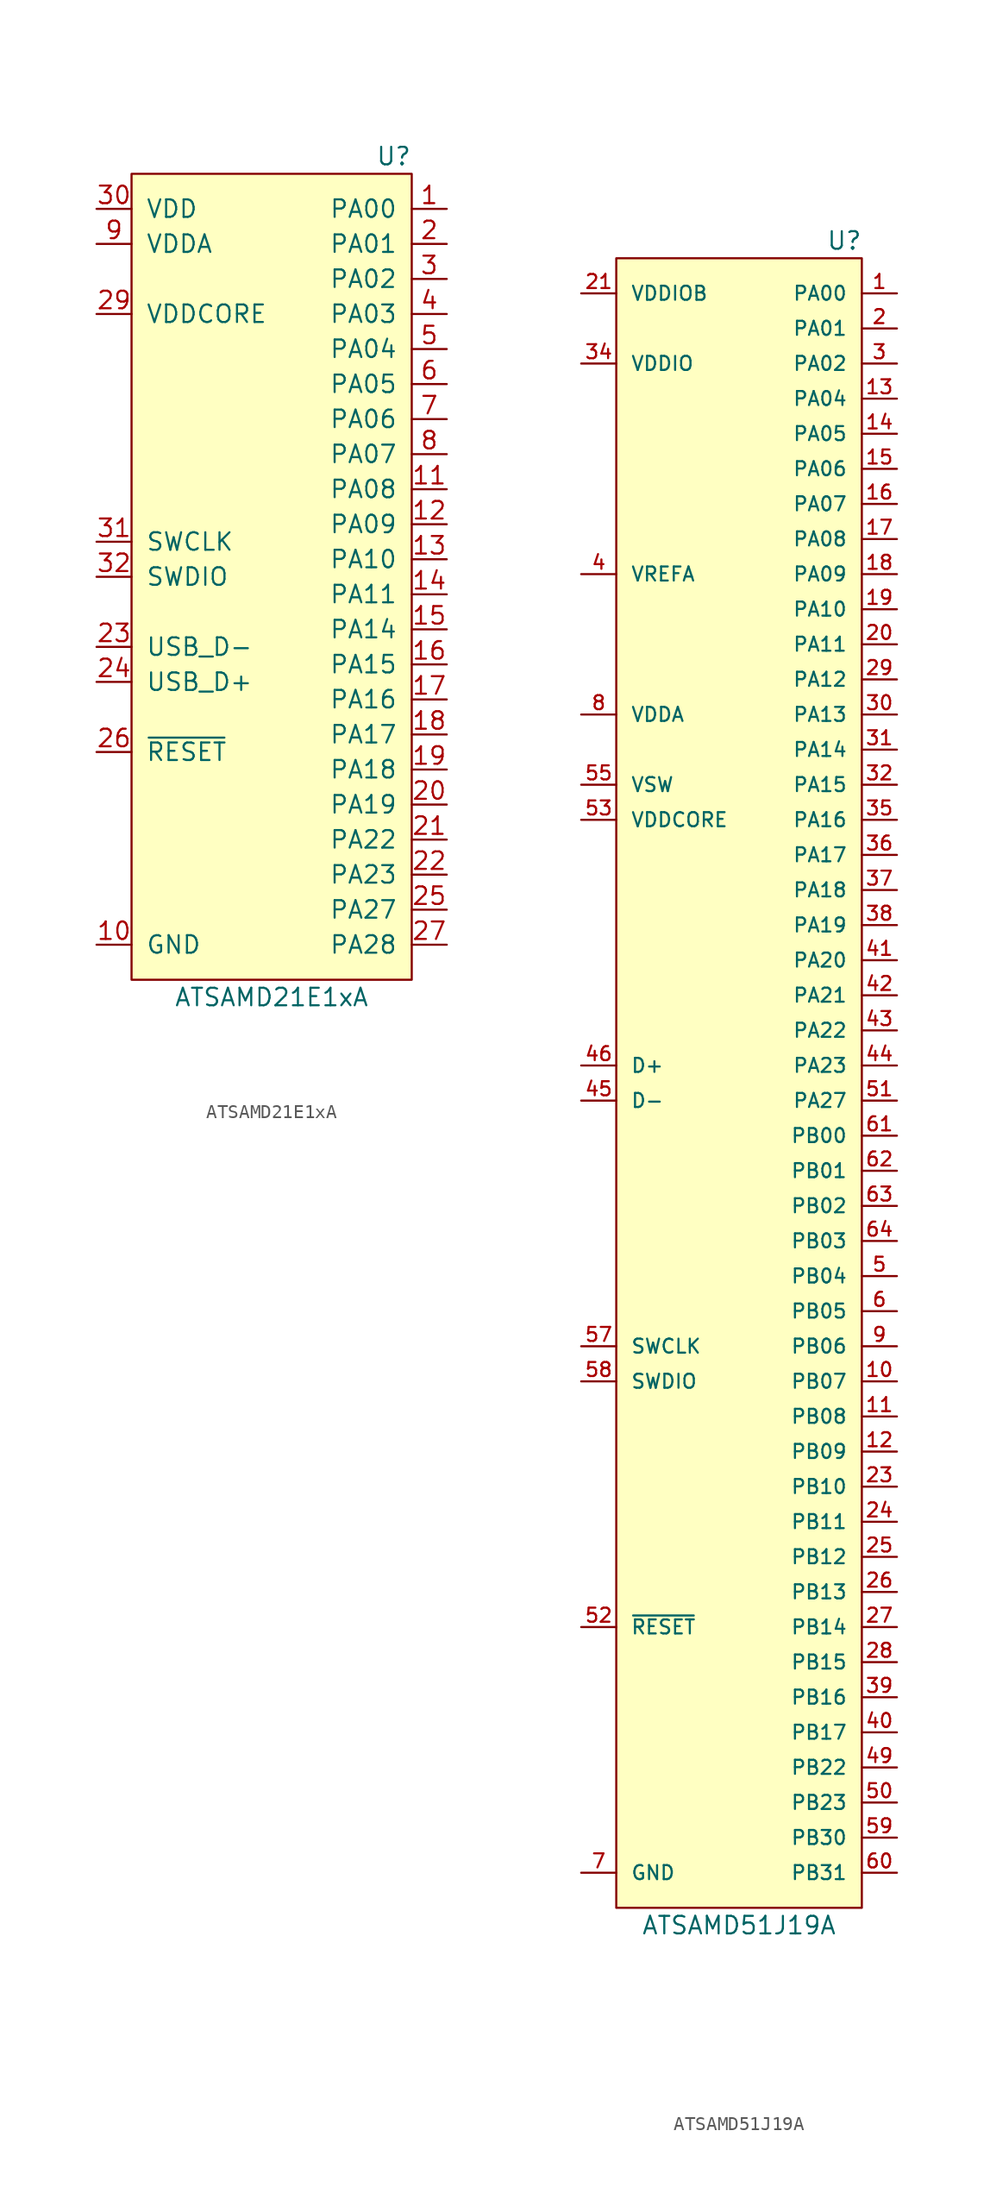
<source format=kicad_sym>
(kicad_symbol_lib
  (version 20231120)
  (generator "kicad_symbol_editor")
  (generator_version "8.99")
  (symbol "ATSAMD21E1xA"
    (pin_names
      (offset 1.016))
    (property "Reference" "U"
      (at 10.16 31.75 0)
      (effects (font (size 1.27 1.27)) (justify right)))
    (property "Value" "ATSAMD21E1xA"
      (at 0 -29.21 0)
      (effects (font (size 1.27 1.27))))
    (symbol "ATSAMD21E1xA_0_1"
      (rectangle (start -10.16 30.48) (end 10.16 -27.94) (stroke (width 0) (type solid)) (fill (type background))))
    (symbol "ATSAMD21E1xA_1_1"
      (pin bidirectional line (at 12.7 27.94 180) (length 2.54) (name "PA00" (effects (font (size 1.27 1.27)))) (number "1" (effects (font (size 1.27 1.27)))))
      (pin power_in line (at -12.7 -25.4 0) (length 2.54) (name "GND" (effects (font (size 1.27 1.27)))) (number "10" (effects (font (size 1.27 1.27)))))
      (pin bidirectional line (at 12.7 7.62 180) (length 2.54) (name "PA08" (effects (font (size 1.27 1.27)))) (number "11" (effects (font (size 1.27 1.27)))))
      (pin bidirectional line (at 12.7 5.08 180) (length 2.54) (name "PA09" (effects (font (size 1.27 1.27)))) (number "12" (effects (font (size 1.27 1.27)))))
      (pin bidirectional line (at 12.7 2.54 180) (length 2.54) (name "PA10" (effects (font (size 1.27 1.27)))) (number "13" (effects (font (size 1.27 1.27)))))
      (pin bidirectional line (at 12.7 0 180) (length 2.54) (name "PA11" (effects (font (size 1.27 1.27)))) (number "14" (effects (font (size 1.27 1.27)))))
      (pin bidirectional line (at 12.7 -2.54 180) (length 2.54) (name "PA14" (effects (font (size 1.27 1.27)))) (number "15" (effects (font (size 1.27 1.27)))))
      (pin bidirectional line (at 12.7 -5.08 180) (length 2.54) (name "PA15" (effects (font (size 1.27 1.27)))) (number "16" (effects (font (size 1.27 1.27)))))
      (pin bidirectional line (at 12.7 -7.62 180) (length 2.54) (name "PA16" (effects (font (size 1.27 1.27)))) (number "17" (effects (font (size 1.27 1.27)))))
      (pin bidirectional line (at 12.7 -10.16 180) (length 2.54) (name "PA17" (effects (font (size 1.27 1.27)))) (number "18" (effects (font (size 1.27 1.27)))))
      (pin bidirectional line (at 12.7 -12.7 180) (length 2.54) (name "PA18" (effects (font (size 1.27 1.27)))) (number "19" (effects (font (size 1.27 1.27)))))
      (pin bidirectional line (at 12.7 25.4 180) (length 2.54) (name "PA01" (effects (font (size 1.27 1.27)))) (number "2" (effects (font (size 1.27 1.27)))))
      (pin bidirectional line (at 12.7 -15.24 180) (length 2.54) (name "PA19" (effects (font (size 1.27 1.27)))) (number "20" (effects (font (size 1.27 1.27)))))
      (pin bidirectional line (at 12.7 -17.78 180) (length 2.54) (name "PA22" (effects (font (size 1.27 1.27)))) (number "21" (effects (font (size 1.27 1.27)))))
      (pin bidirectional line (at 12.7 -20.32 180) (length 2.54) (name "PA23" (effects (font (size 1.27 1.27)))) (number "22" (effects (font (size 1.27 1.27)))))
      (pin bidirectional line (at -12.7 -3.81 0) (length 2.54) (name "USB_D-" (effects (font (size 1.27 1.27)))) (number "23" (effects (font (size 1.27 1.27)))))
      (pin bidirectional line (at -12.7 -6.35 0) (length 2.54) (name "USB_D+" (effects (font (size 1.27 1.27)))) (number "24" (effects (font (size 1.27 1.27)))))
      (pin bidirectional line (at 12.7 -22.86 180) (length 2.54) (name "PA27" (effects (font (size 1.27 1.27)))) (number "25" (effects (font (size 1.27 1.27)))))
      (pin input line (at -12.7 -11.43 0) (length 2.54) (name "~{RESET}" (effects (font (size 1.27 1.27)))) (number "26" (effects (font (size 1.27 1.27)))))
      (pin bidirectional line (at 12.7 -25.4 180) (length 2.54) (name "PA28" (effects (font (size 1.27 1.27)))) (number "27" (effects (font (size 1.27 1.27)))))
      (pin passive line (at -12.7 -25.4 0) (length 2.54) hide (name "GND" (effects (font (size 1.27 1.27)))) (number "28" (effects (font (size 1.27 1.27)))))
      (pin power_out line (at -12.7 20.32 0) (length 2.54) (name "VDDCORE" (effects (font (size 1.27 1.27)))) (number "29" (effects (font (size 1.27 1.27)))))
      (pin bidirectional line (at 12.7 22.86 180) (length 2.54) (name "PA02" (effects (font (size 1.27 1.27)))) (number "3" (effects (font (size 1.27 1.27)))))
      (pin power_in line (at -12.7 27.94 0) (length 2.54) (name "VDD" (effects (font (size 1.27 1.27)))) (number "30" (effects (font (size 1.27 1.27)))))
      (pin input line (at -12.7 3.81 0) (length 2.54) (name "SWCLK" (effects (font (size 1.27 1.27)))) (number "31" (effects (font (size 1.27 1.27)))))
      (pin bidirectional line (at -12.7 1.27 0) (length 2.54) (name "SWDIO" (effects (font (size 1.27 1.27)))) (number "32" (effects (font (size 1.27 1.27)))))
      (pin bidirectional line (at 12.7 20.32 180) (length 2.54) (name "PA03" (effects (font (size 1.27 1.27)))) (number "4" (effects (font (size 1.27 1.27)))))
      (pin bidirectional line (at 12.7 17.78 180) (length 2.54) (name "PA04" (effects (font (size 1.27 1.27)))) (number "5" (effects (font (size 1.27 1.27)))))
      (pin bidirectional line (at 12.7 15.24 180) (length 2.54) (name "PA05" (effects (font (size 1.27 1.27)))) (number "6" (effects (font (size 1.27 1.27)))))
      (pin bidirectional line (at 12.7 12.7 180) (length 2.54) (name "PA06" (effects (font (size 1.27 1.27)))) (number "7" (effects (font (size 1.27 1.27)))))
      (pin bidirectional line (at 12.7 10.16 180) (length 2.54) (name "PA07" (effects (font (size 1.27 1.27)))) (number "8" (effects (font (size 1.27 1.27)))))
      (pin power_in line (at -12.7 25.4 0) (length 2.54) (name "VDDA" (effects (font (size 1.27 1.27)))) (number "9" (effects (font (size 1.27 1.27)))))))
  (symbol "ATSAMD51J19A"
    (pin_names
      (offset 1.016))
    (property "Reference" "U"
      (at 7.62 59.69 0)
      (effects (font (size 1.27 1.27))))
    (property "Value" "ATSAMD51J19A"
      (at 0 -62.23 0)
      (effects (font (size 1.27 1.27))))
    (symbol "ATSAMD51J19A_0_1"
      (rectangle (start 8.89 -60.96) (end -8.89 58.42) (stroke (width 0) (type solid)) (fill (type background))))
    (symbol "ATSAMD51J19A_1_1"
      (pin bidirectional line (at 11.43 55.88 180) (length 2.54) (name "PA00" (effects (font (size 1.016 1.016)))) (number "1" (effects (font (size 1.016 1.016)))))
      (pin bidirectional line (at 11.43 -22.86 180) (length 2.54) (name "PB07" (effects (font (size 1.016 1.016)))) (number "10" (effects (font (size 1.016 1.016)))))
      (pin bidirectional line (at 11.43 -25.4 180) (length 2.54) (name "PB08" (effects (font (size 1.016 1.016)))) (number "11" (effects (font (size 1.016 1.016)))))
      (pin bidirectional line (at 11.43 -27.94 180) (length 2.54) (name "PB09" (effects (font (size 1.016 1.016)))) (number "12" (effects (font (size 1.016 1.016)))))
      (pin bidirectional line (at 11.43 48.26 180) (length 2.54) (name "PA04" (effects (font (size 1.016 1.016)))) (number "13" (effects (font (size 1.016 1.016)))))
      (pin bidirectional line (at 11.43 45.72 180) (length 2.54) (name "PA05" (effects (font (size 1.016 1.016)))) (number "14" (effects (font (size 1.016 1.016)))))
      (pin bidirectional line (at 11.43 43.18 180) (length 2.54) (name "PA06" (effects (font (size 1.016 1.016)))) (number "15" (effects (font (size 1.016 1.016)))))
      (pin bidirectional line (at 11.43 40.64 180) (length 2.54) (name "PA07" (effects (font (size 1.016 1.016)))) (number "16" (effects (font (size 1.016 1.016)))))
      (pin bidirectional line (at 11.43 38.1 180) (length 2.54) (name "PA08" (effects (font (size 1.016 1.016)))) (number "17" (effects (font (size 1.016 1.016)))))
      (pin bidirectional line (at 11.43 35.56 180) (length 2.54) (name "PA09" (effects (font (size 1.016 1.016)))) (number "18" (effects (font (size 1.016 1.016)))))
      (pin bidirectional line (at 11.43 33.02 180) (length 2.54) (name "PA10" (effects (font (size 1.016 1.016)))) (number "19" (effects (font (size 1.016 1.016)))))
      (pin bidirectional line (at 11.43 53.34 180) (length 2.54) (name "PA01" (effects (font (size 1.016 1.016)))) (number "2" (effects (font (size 1.016 1.016)))))
      (pin bidirectional line (at 11.43 30.48 180) (length 2.54) (name "PA11" (effects (font (size 1.016 1.016)))) (number "20" (effects (font (size 1.016 1.016)))))
      (pin power_in line (at -11.43 55.88 0) (length 2.54) (name "VDDIOB" (effects (font (size 1.016 1.016)))) (number "21" (effects (font (size 1.016 1.016)))))
      (pin passive line (at -11.43 -58.42 0) (length 2.54) hide (name "GND" (effects (font (size 1.016 1.016)))) (number "22" (effects (font (size 1.016 1.016)))))
      (pin bidirectional line (at 11.43 -30.48 180) (length 2.54) (name "PB10" (effects (font (size 1.016 1.016)))) (number "23" (effects (font (size 1.016 1.016)))))
      (pin bidirectional line (at 11.43 -33.02 180) (length 2.54) (name "PB11" (effects (font (size 1.016 1.016)))) (number "24" (effects (font (size 1.016 1.016)))))
      (pin bidirectional line (at 11.43 -35.56 180) (length 2.54) (name "PB12" (effects (font (size 1.016 1.016)))) (number "25" (effects (font (size 1.016 1.016)))))
      (pin bidirectional line (at 11.43 -38.1 180) (length 2.54) (name "PB13" (effects (font (size 1.016 1.016)))) (number "26" (effects (font (size 1.016 1.016)))))
      (pin bidirectional line (at 11.43 -40.64 180) (length 2.54) (name "PB14" (effects (font (size 1.016 1.016)))) (number "27" (effects (font (size 1.016 1.016)))))
      (pin bidirectional line (at 11.43 -43.18 180) (length 2.54) (name "PB15" (effects (font (size 1.016 1.016)))) (number "28" (effects (font (size 1.016 1.016)))))
      (pin bidirectional line (at 11.43 27.94 180) (length 2.54) (name "PA12" (effects (font (size 1.016 1.016)))) (number "29" (effects (font (size 1.016 1.016)))))
      (pin bidirectional line (at 11.43 50.8 180) (length 2.54) (name "PA02" (effects (font (size 1.016 1.016)))) (number "3" (effects (font (size 1.016 1.016)))))
      (pin bidirectional line (at 11.43 25.4 180) (length 2.54) (name "PA13" (effects (font (size 1.016 1.016)))) (number "30" (effects (font (size 1.016 1.016)))))
      (pin bidirectional line (at 11.43 22.86 180) (length 2.54) (name "PA14" (effects (font (size 1.016 1.016)))) (number "31" (effects (font (size 1.016 1.016)))))
      (pin bidirectional line (at 11.43 20.32 180) (length 2.54) (name "PA15" (effects (font (size 1.016 1.016)))) (number "32" (effects (font (size 1.016 1.016)))))
      (pin passive line (at -11.43 -58.42 0) (length 2.54) hide (name "GND" (effects (font (size 1.016 1.016)))) (number "33" (effects (font (size 1.016 1.016)))))
      (pin power_in line (at -11.43 50.8 0) (length 2.54) (name "VDDIO" (effects (font (size 1.016 1.016)))) (number "34" (effects (font (size 1.016 1.016)))))
      (pin bidirectional line (at 11.43 17.78 180) (length 2.54) (name "PA16" (effects (font (size 1.016 1.016)))) (number "35" (effects (font (size 1.016 1.016)))))
      (pin bidirectional line (at 11.43 15.24 180) (length 2.54) (name "PA17" (effects (font (size 1.016 1.016)))) (number "36" (effects (font (size 1.016 1.016)))))
      (pin bidirectional line (at 11.43 12.7 180) (length 2.54) (name "PA18" (effects (font (size 1.016 1.016)))) (number "37" (effects (font (size 1.016 1.016)))))
      (pin bidirectional line (at 11.43 10.16 180) (length 2.54) (name "PA19" (effects (font (size 1.016 1.016)))) (number "38" (effects (font (size 1.016 1.016)))))
      (pin bidirectional line (at 11.43 -45.72 180) (length 2.54) (name "PB16" (effects (font (size 1.016 1.016)))) (number "39" (effects (font (size 1.016 1.016)))))
      (pin power_in line (at -11.43 35.56 0) (length 2.54) (name "VREFA" (effects (font (size 1.016 1.016)))) (number "4" (effects (font (size 1.016 1.016)))))
      (pin bidirectional line (at 11.43 -48.26 180) (length 2.54) (name "PB17" (effects (font (size 1.016 1.016)))) (number "40" (effects (font (size 1.016 1.016)))))
      (pin bidirectional line (at 11.43 7.62 180) (length 2.54) (name "PA20" (effects (font (size 1.016 1.016)))) (number "41" (effects (font (size 1.016 1.016)))))
      (pin bidirectional line (at 11.43 5.08 180) (length 2.54) (name "PA21" (effects (font (size 1.016 1.016)))) (number "42" (effects (font (size 1.016 1.016)))))
      (pin bidirectional line (at 11.43 2.54 180) (length 2.54) (name "PA22" (effects (font (size 1.016 1.016)))) (number "43" (effects (font (size 1.016 1.016)))))
      (pin bidirectional line (at 11.43 0 180) (length 2.54) (name "PA23" (effects (font (size 1.016 1.016)))) (number "44" (effects (font (size 1.016 1.016)))))
      (pin bidirectional line (at -11.43 -2.54 0) (length 2.54) (name "D-" (effects (font (size 1.016 1.016)))) (number "45" (effects (font (size 1.016 1.016)))))
      (pin bidirectional line (at -11.43 0 0) (length 2.54) (name "D+" (effects (font (size 1.016 1.016)))) (number "46" (effects (font (size 1.016 1.016)))))
      (pin passive line (at -11.43 -58.42 0) (length 2.54) hide (name "GND" (effects (font (size 1.016 1.016)))) (number "47" (effects (font (size 1.016 1.016)))))
      (pin passive line (at -11.43 50.8 0) (length 2.54) hide (name "VDDIO" (effects (font (size 1.016 1.016)))) (number "48" (effects (font (size 1.016 1.016)))))
      (pin bidirectional line (at 11.43 -50.8 180) (length 2.54) (name "PB22" (effects (font (size 1.016 1.016)))) (number "49" (effects (font (size 1.016 1.016)))))
      (pin bidirectional line (at 11.43 -15.24 180) (length 2.54) (name "PB04" (effects (font (size 1.016 1.016)))) (number "5" (effects (font (size 1.016 1.016)))))
      (pin bidirectional line (at 11.43 -53.34 180) (length 2.54) (name "PB23" (effects (font (size 1.016 1.016)))) (number "50" (effects (font (size 1.016 1.016)))))
      (pin bidirectional line (at 11.43 -2.54 180) (length 2.54) (name "PA27" (effects (font (size 1.016 1.016)))) (number "51" (effects (font (size 1.016 1.016)))))
      (pin input line (at -11.43 -40.64 0) (length 2.54) (name "~{RESET}" (effects (font (size 1.016 1.016)))) (number "52" (effects (font (size 1.016 1.016)))))
      (pin power_out line (at -11.43 17.78 0) (length 2.54) (name "VDDCORE" (effects (font (size 1.016 1.016)))) (number "53" (effects (font (size 1.016 1.016)))))
      (pin passive line (at -11.43 -58.42 0) (length 2.54) hide (name "GND" (effects (font (size 1.016 1.016)))) (number "54" (effects (font (size 1.016 1.016)))))
      (pin power_in line (at -11.43 20.32 0) (length 2.54) (name "VSW" (effects (font (size 1.016 1.016)))) (number "55" (effects (font (size 1.016 1.016)))))
      (pin passive line (at -11.43 50.8 0) (length 2.54) hide (name "VDDIO" (effects (font (size 1.016 1.016)))) (number "56" (effects (font (size 1.016 1.016)))))
      (pin bidirectional line (at -11.43 -20.32 0) (length 2.54) (name "SWCLK" (effects (font (size 1.016 1.016)))) (number "57" (effects (font (size 1.016 1.016)))))
      (pin bidirectional line (at -11.43 -22.86 0) (length 2.54) (name "SWDIO" (effects (font (size 1.016 1.016)))) (number "58" (effects (font (size 1.016 1.016)))))
      (pin bidirectional line (at 11.43 -55.88 180) (length 2.54) (name "PB30" (effects (font (size 1.016 1.016)))) (number "59" (effects (font (size 1.016 1.016)))))
      (pin bidirectional line (at 11.43 -17.78 180) (length 2.54) (name "PB05" (effects (font (size 1.016 1.016)))) (number "6" (effects (font (size 1.016 1.016)))))
      (pin bidirectional line (at 11.43 -58.42 180) (length 2.54) (name "PB31" (effects (font (size 1.016 1.016)))) (number "60" (effects (font (size 1.016 1.016)))))
      (pin bidirectional line (at 11.43 -5.08 180) (length 2.54) (name "PB00" (effects (font (size 1.016 1.016)))) (number "61" (effects (font (size 1.016 1.016)))))
      (pin bidirectional line (at 11.43 -7.62 180) (length 2.54) (name "PB01" (effects (font (size 1.016 1.016)))) (number "62" (effects (font (size 1.016 1.016)))))
      (pin bidirectional line (at 11.43 -10.16 180) (length 2.54) (name "PB02" (effects (font (size 1.016 1.016)))) (number "63" (effects (font (size 1.016 1.016)))))
      (pin bidirectional line (at 11.43 -12.7 180) (length 2.54) (name "PB03" (effects (font (size 1.016 1.016)))) (number "64" (effects (font (size 1.016 1.016)))))
      (pin power_in line (at -11.43 -58.42 0) (length 2.54) (name "GND" (effects (font (size 1.016 1.016)))) (number "7" (effects (font (size 1.016 1.016)))))
      (pin passive line (at -11.43 25.4 0) (length 2.54) (name "VDDA" (effects (font (size 1.016 1.016)))) (number "8" (effects (font (size 1.016 1.016)))))
      (pin bidirectional line (at 11.43 -20.32 180) (length 2.54) (name "PB06" (effects (font (size 1.016 1.016)))) (number "9" (effects (font (size 1.016 1.016))))))))
</source>
